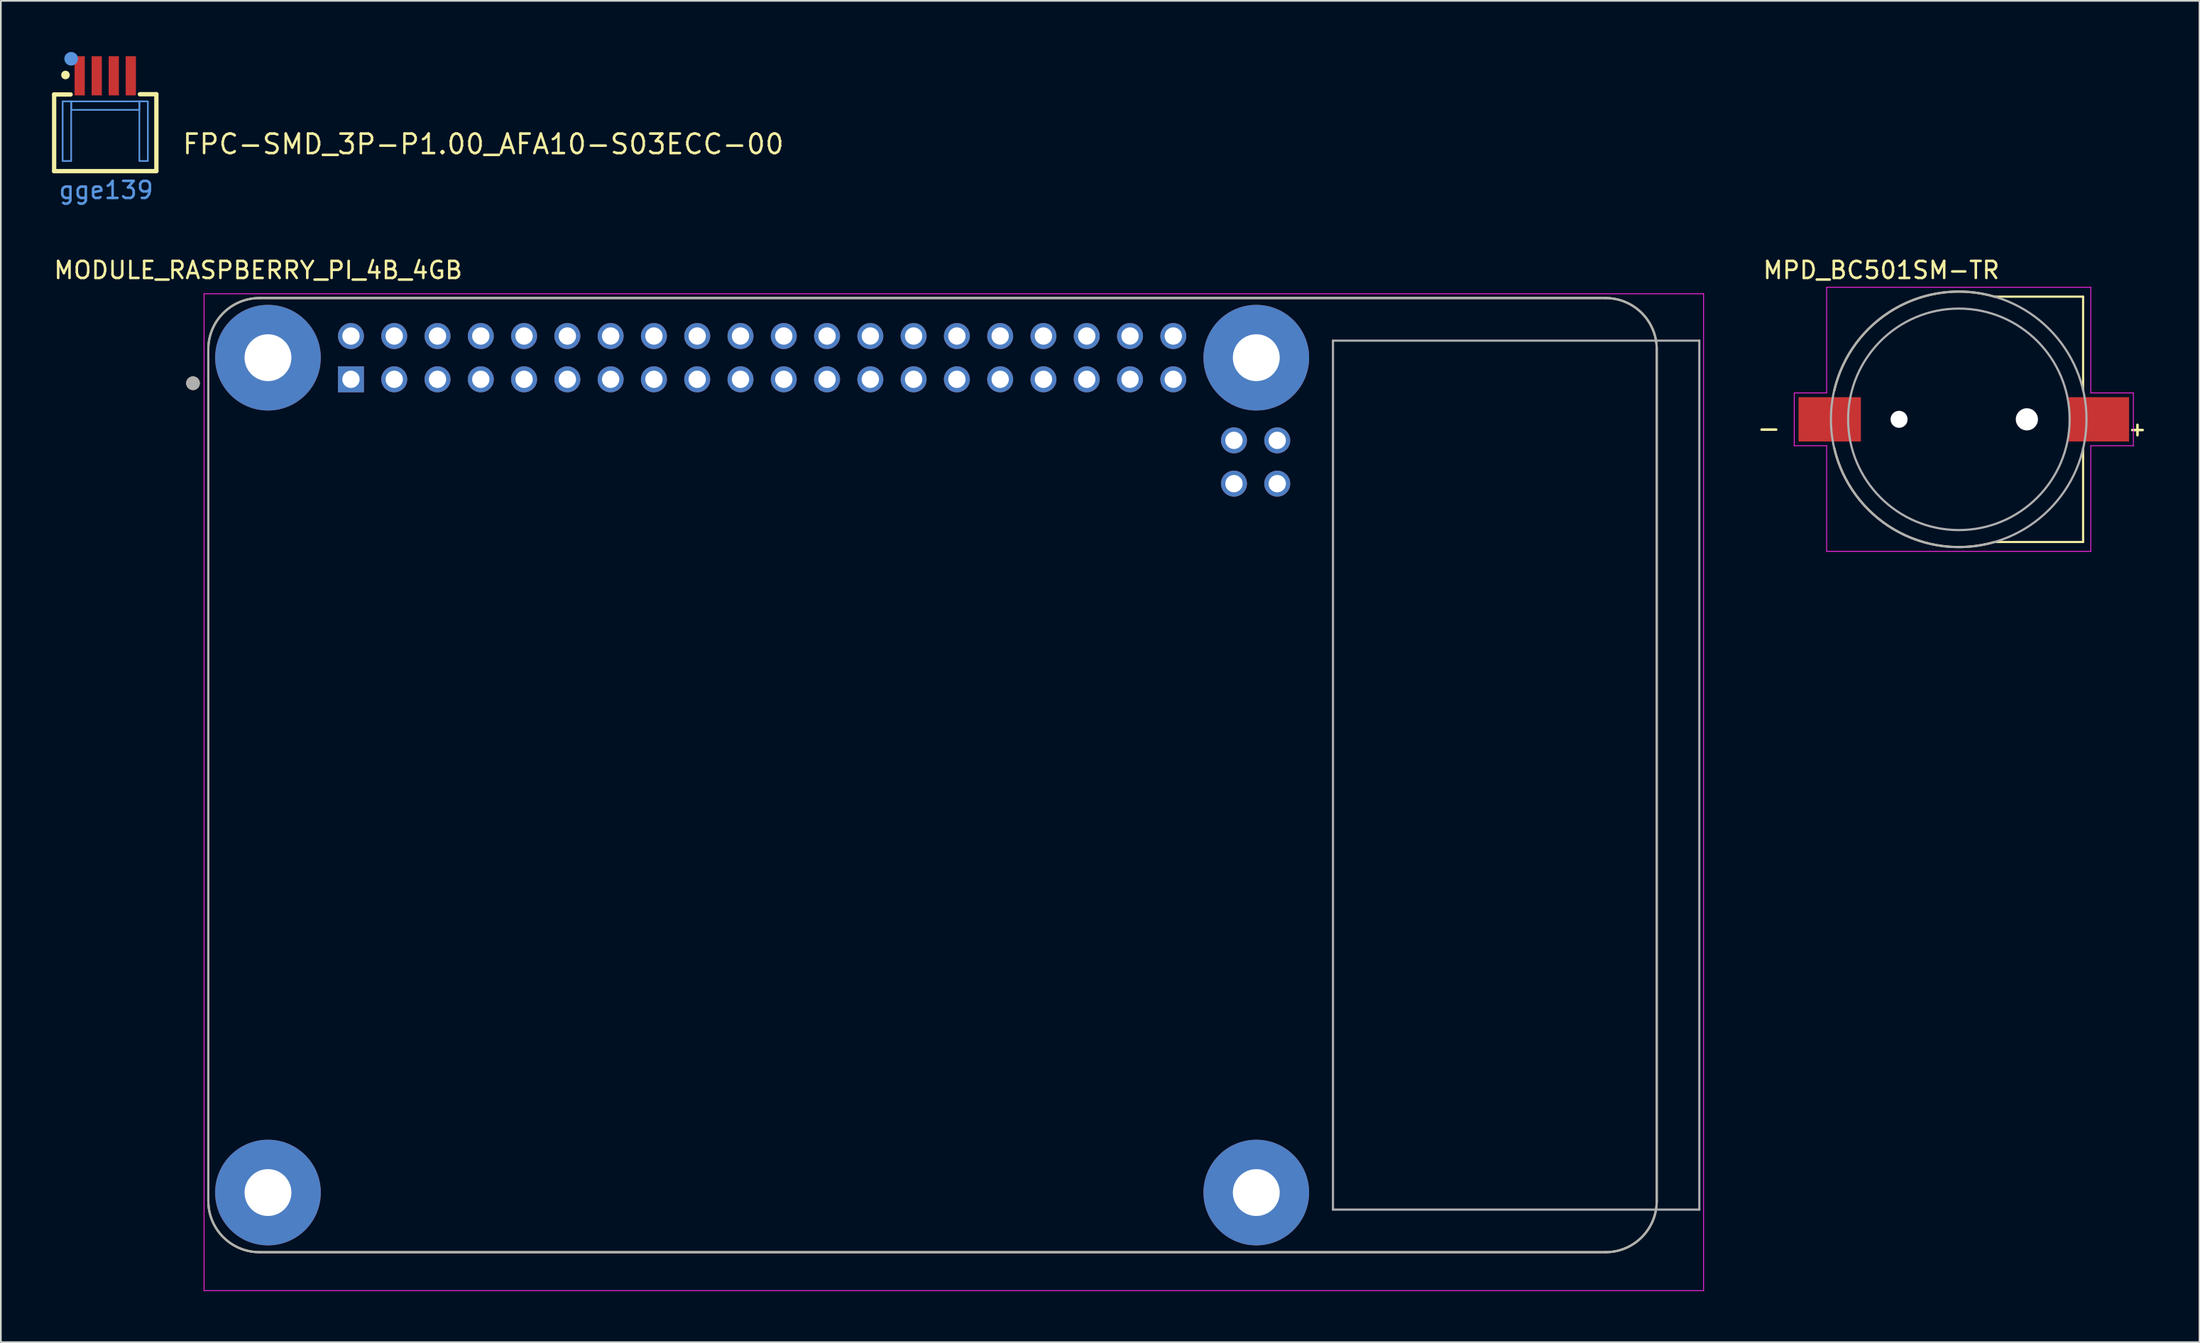
<source format=kicad_pcb>
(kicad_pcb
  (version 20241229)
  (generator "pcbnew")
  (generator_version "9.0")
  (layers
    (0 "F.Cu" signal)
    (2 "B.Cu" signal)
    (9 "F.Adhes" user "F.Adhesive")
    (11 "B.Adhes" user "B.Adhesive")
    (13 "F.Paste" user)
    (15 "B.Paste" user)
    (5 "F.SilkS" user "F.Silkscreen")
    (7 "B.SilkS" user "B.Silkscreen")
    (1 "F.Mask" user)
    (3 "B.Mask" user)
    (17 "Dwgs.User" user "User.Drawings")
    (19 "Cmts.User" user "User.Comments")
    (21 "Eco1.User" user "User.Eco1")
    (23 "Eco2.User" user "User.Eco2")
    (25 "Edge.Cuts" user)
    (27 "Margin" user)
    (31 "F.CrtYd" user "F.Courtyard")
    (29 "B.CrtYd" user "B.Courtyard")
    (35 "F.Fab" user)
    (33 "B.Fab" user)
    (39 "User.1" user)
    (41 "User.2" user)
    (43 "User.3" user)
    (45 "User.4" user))
  (footprint "MODULE_RASPBERRY_PI_4B_4GB"
    (layer "F.Cu")
    (at 51.676 42.443)
    (property "Reference" "MODULE_RASPBERRY_PI_4B_4GB" (at -39.575 -29.635 0) (layer "F.SilkS") (effects (font (size 1 1) (thickness 0.15))))
    (attr through_hole)
    (fp_line (start -42.5 -25) (end -42.5 25) (stroke (width 0.127) (type solid)) (layer "F.SilkS"))
    (fp_line (start -39.5 28) (end 39.5 28) (stroke (width 0.127) (type solid)) (layer "F.SilkS"))
    (fp_line (start 39.5 -28) (end -39.5 -28) (stroke (width 0.127) (type solid)) (layer "F.SilkS"))
    (fp_line (start 42.5 25) (end 42.5 -25) (stroke (width 0.127) (type solid)) (layer "F.SilkS"))
    (fp_arc (start -42.5 -25) (mid -41.62132 -27.12132) (end -39.5 -28) (stroke (width 0.127) (type solid)) (layer "F.SilkS"))
    (fp_arc (start -39.5 28) (mid -41.62132 27.12132) (end -42.5 25) (stroke (width 0.127) (type solid)) (layer "F.SilkS"))
    (fp_arc (start 39.5 -28) (mid 41.62132 -27.12132) (end 42.5 -25) (stroke (width 0.127) (type solid)) (layer "F.SilkS"))
    (fp_arc (start 42.5 25) (mid 41.62132 27.12132) (end 39.5 28) (stroke (width 0.127) (type solid)) (layer "F.SilkS"))
    (fp_circle (center -43.4 -23) (end -43.2 -23) (stroke (width 0.4) (type solid)) (fill no) (layer "F.SilkS"))
    (fp_line (start -42.75 -28.25) (end 45.25 -28.25) (stroke (width 0.05) (type solid)) (layer "F.CrtYd"))
    (fp_line (start -42.75 30.255) (end -42.75 -28.25) (stroke (width 0.05) (type solid)) (layer "F.CrtYd"))
    (fp_line (start 45.25 -28.25) (end 45.25 30.255) (stroke (width 0.05) (type solid)) (layer "F.CrtYd"))
    (fp_line (start 45.25 30.255) (end -42.75 30.255) (stroke (width 0.05) (type solid)) (layer "F.CrtYd"))
    (fp_line (start -42.5 -25) (end -42.5 25) (stroke (width 0.127) (type solid)) (layer "F.Fab"))
    (fp_line (start -39.5 28) (end 39.5 28) (stroke (width 0.127) (type solid)) (layer "F.Fab"))
    (fp_line (start 23.5 -25.5) (end 23.5 25.5) (stroke (width 0.127) (type solid)) (layer "F.Fab"))
    (fp_line (start 23.5 25.5) (end 45 25.5) (stroke (width 0.127) (type solid)) (layer "F.Fab"))
    (fp_line (start 39.5 -28) (end -39.5 -28) (stroke (width 0.127) (type solid)) (layer "F.Fab"))
    (fp_line (start 42.5 25) (end 42.5 -25) (stroke (width 0.127) (type solid)) (layer "F.Fab"))
    (fp_line (start 45 -25.5) (end 23.5 -25.5) (stroke (width 0.127) (type solid)) (layer "F.Fab"))
    (fp_line (start 45 25.5) (end 45 -25.5) (stroke (width 0.127) (type solid)) (layer "F.Fab"))
    (fp_arc (start -42.5 -25) (mid -41.62132 -27.12132) (end -39.5 -28) (stroke (width 0.127) (type solid)) (layer "F.Fab"))
    (fp_arc (start -39.5 28) (mid -41.62132 27.12132) (end -42.5 25) (stroke (width 0.127) (type solid)) (layer "F.Fab"))
    (fp_arc (start 39.5 -28) (mid 41.62132 -27.12132) (end 42.5 -25) (stroke (width 0.127) (type solid)) (layer "F.Fab"))
    (fp_arc (start 42.5 25) (mid 41.62132 27.12132) (end 39.5 28) (stroke (width 0.127) (type solid)) (layer "F.Fab"))
    (fp_circle (center -43.4 -23) (end -43.2 -23) (stroke (width 0.4) (type solid)) (fill no) (layer "F.Fab"))
    (pad "1" thru_hole rect (at -34.13 -23.23) (size 1.524 1.524) (drill 1.016) (layers "*.Cu" "*.Mask"))
    (pad "2" thru_hole circle (at -34.13 -25.77) (size 1.524 1.524) (drill 1.016) (layers "*.Cu" "*.Mask"))
    (pad "3" thru_hole circle (at -31.59 -23.23) (size 1.524 1.524) (drill 1.016) (layers "*.Cu" "*.Mask"))
    (pad "4" thru_hole circle (at -31.59 -25.77) (size 1.524 1.524) (drill 1.016) (layers "*.Cu" "*.Mask"))
    (pad "5" thru_hole circle (at -29.05 -23.23) (size 1.524 1.524) (drill 1.016) (layers "*.Cu" "*.Mask"))
    (pad "6" thru_hole circle (at -29.05 -25.77) (size 1.524 1.524) (drill 1.016) (layers "*.Cu" "*.Mask"))
    (pad "7" thru_hole circle (at -26.51 -23.23) (size 1.524 1.524) (drill 1.016) (layers "*.Cu" "*.Mask"))
    (pad "8" thru_hole circle (at -26.51 -25.77) (size 1.524 1.524) (drill 1.016) (layers "*.Cu" "*.Mask"))
    (pad "9" thru_hole circle (at -23.97 -23.23) (size 1.524 1.524) (drill 1.016) (layers "*.Cu" "*.Mask"))
    (pad "10" thru_hole circle (at -23.97 -25.77) (size 1.524 1.524) (drill 1.016) (layers "*.Cu" "*.Mask"))
    (pad "11" thru_hole circle (at -21.43 -23.23) (size 1.524 1.524) (drill 1.016) (layers "*.Cu" "*.Mask"))
    (pad "12" thru_hole circle (at -21.43 -25.77) (size 1.524 1.524) (drill 1.016) (layers "*.Cu" "*.Mask"))
    (pad "13" thru_hole circle (at -18.89 -23.23) (size 1.524 1.524) (drill 1.016) (layers "*.Cu" "*.Mask"))
    (pad "14" thru_hole circle (at -18.89 -25.77) (size 1.524 1.524) (drill 1.016) (layers "*.Cu" "*.Mask"))
    (pad "15" thru_hole circle (at -16.35 -23.23) (size 1.524 1.524) (drill 1.016) (layers "*.Cu" "*.Mask"))
    (pad "16" thru_hole circle (at -16.35 -25.77) (size 1.524 1.524) (drill 1.016) (layers "*.Cu" "*.Mask"))
    (pad "17" thru_hole circle (at -13.81 -23.23) (size 1.524 1.524) (drill 1.016) (layers "*.Cu" "*.Mask"))
    (pad "18" thru_hole circle (at -13.81 -25.77) (size 1.524 1.524) (drill 1.016) (layers "*.Cu" "*.Mask"))
    (pad "19" thru_hole circle (at -11.27 -23.23) (size 1.524 1.524) (drill 1.016) (layers "*.Cu" "*.Mask"))
    (pad "20" thru_hole circle (at -11.27 -25.77) (size 1.524 1.524) (drill 1.016) (layers "*.Cu" "*.Mask"))
    (pad "21" thru_hole circle (at -8.73 -23.23) (size 1.524 1.524) (drill 1.016) (layers "*.Cu" "*.Mask"))
    (pad "22" thru_hole circle (at -8.73 -25.77) (size 1.524 1.524) (drill 1.016) (layers "*.Cu" "*.Mask"))
    (pad "23" thru_hole circle (at -6.19 -23.23) (size 1.524 1.524) (drill 1.016) (layers "*.Cu" "*.Mask"))
    (pad "24" thru_hole circle (at -6.19 -25.77) (size 1.524 1.524) (drill 1.016) (layers "*.Cu" "*.Mask"))
    (pad "25" thru_hole circle (at -3.65 -23.23) (size 1.524 1.524) (drill 1.016) (layers "*.Cu" "*.Mask"))
    (pad "26" thru_hole circle (at -3.65 -25.77) (size 1.524 1.524) (drill 1.016) (layers "*.Cu" "*.Mask"))
    (pad "27" thru_hole circle (at -1.11 -23.23) (size 1.524 1.524) (drill 1.016) (layers "*.Cu" "*.Mask"))
    (pad "28" thru_hole circle (at -1.11 -25.77) (size 1.524 1.524) (drill 1.016) (layers "*.Cu" "*.Mask"))
    (pad "29" thru_hole circle (at 1.43 -23.23) (size 1.524 1.524) (drill 1.016) (layers "*.Cu" "*.Mask"))
    (pad "30" thru_hole circle (at 1.43 -25.77) (size 1.524 1.524) (drill 1.016) (layers "*.Cu" "*.Mask"))
    (pad "31" thru_hole circle (at 3.97 -23.23) (size 1.524 1.524) (drill 1.016) (layers "*.Cu" "*.Mask"))
    (pad "32" thru_hole circle (at 3.97 -25.77) (size 1.524 1.524) (drill 1.016) (layers "*.Cu" "*.Mask"))
    (pad "33" thru_hole circle (at 6.51 -23.23) (size 1.524 1.524) (drill 1.016) (layers "*.Cu" "*.Mask"))
    (pad "34" thru_hole circle (at 6.51 -25.77) (size 1.524 1.524) (drill 1.016) (layers "*.Cu" "*.Mask"))
    (pad "35" thru_hole circle (at 9.05 -23.23) (size 1.524 1.524) (drill 1.016) (layers "*.Cu" "*.Mask"))
    (pad "36" thru_hole circle (at 9.05 -25.77) (size 1.524 1.524) (drill 1.016) (layers "*.Cu" "*.Mask"))
    (pad "37" thru_hole circle (at 11.59 -23.23) (size 1.524 1.524) (drill 1.016) (layers "*.Cu" "*.Mask"))
    (pad "38" thru_hole circle (at 11.59 -25.77) (size 1.524 1.524) (drill 1.016) (layers "*.Cu" "*.Mask"))
    (pad "39" thru_hole circle (at 14.13 -23.23) (size 1.524 1.524) (drill 1.016) (layers "*.Cu" "*.Mask"))
    (pad "40" thru_hole circle (at 14.13 -25.77) (size 1.524 1.524) (drill 1.016) (layers "*.Cu" "*.Mask"))
    (pad "41" thru_hole circle (at 20.23 -17.107) (size 1.524 1.524) (drill 1.016) (layers "*.Cu" "*.Mask"))
    (pad "42" thru_hole circle (at 20.23 -19.647) (size 1.524 1.524) (drill 1.016) (layers "*.Cu" "*.Mask"))
    (pad "43" thru_hole circle (at 17.69 -17.107) (size 1.524 1.524) (drill 1.016) (layers "*.Cu" "*.Mask"))
    (pad "44" thru_hole circle (at 17.69 -19.647) (size 1.524 1.524) (drill 1.016) (layers "*.Cu" "*.Mask"))
    (pad "S1" thru_hole circle (at -39 -24.5) (size 6.2 6.2) (drill 2.75) (layers "*.Cu" "*.Mask"))
    (pad "S2" thru_hole circle (at 19 -24.5) (size 6.2 6.2) (drill 2.75) (layers "*.Cu" "*.Mask"))
    (pad "S3" thru_hole circle (at 19 24.5) (size 6.2 6.2) (drill 2.75) (layers "*.Cu" "*.Mask"))
    (pad "S4" thru_hole circle (at -39 24.5) (size 6.2 6.2) (drill 2.75) (layers "*.Cu" "*.Mask")))
  (footprint "FPC-SMD_3P-P1.00_AFA10-S03ECC-00"
    (layer "F.Cu")
    (at 3.127 1.4)
    (property "Reference" "FPC-SMD_3P-P1.00_AFA10-S03ECC-00" (at 4.45 4.011 0) (layer "F.SilkS") (effects (font (size 1.143 1.143) (thickness 0.152)) (justify left)))
    (attr smd)
    (fp_line (start -3 1.095) (end -2.031 1.095) (stroke (width 0.254) (type solid)) (layer "F.SilkS"))
    (fp_line (start -3 5.595) (end -3 1.095) (stroke (width 0.254) (type solid)) (layer "F.SilkS"))
    (fp_line (start 2.031 1.08) (end 3 1.08) (stroke (width 0.254) (type solid)) (layer "F.SilkS"))
    (fp_line (start 3 1.08) (end 3 5.58) (stroke (width 0.254) (type solid)) (layer "F.SilkS"))
    (fp_line (start 3 5.595) (end -3 5.595) (stroke (width 0.254) (type solid)) (layer "F.SilkS"))
    (fp_circle (center -2.335 -0.048) (end -2.208 -0.048) (stroke (width 0.254) (type solid)) (fill no) (layer "F.SilkS"))
    (fp_circle (center -2 -1) (end -1.8 -1) (stroke (width 0.4) (type solid)) (fill no) (layer "Cmts.User"))
    (fp_poly (pts (xy -2.5 5) (xy -2.5 1.5) (xy -2 1.5) (xy -2 5)) (stroke (width 0.1) (type solid)) (fill no) (layer "Cmts.User"))
    (fp_poly (pts (xy -2 1.5) (xy 2 1.5) (xy 2 2) (xy -2 2)) (stroke (width 0.1) (type solid)) (fill no) (layer "Cmts.User"))
    (fp_poly (pts (xy 2.5 5) (xy 2.5 1.5) (xy 2 1.5) (xy 2 5)) (stroke (width 0.1) (type solid)) (fill no) (layer "Cmts.User"))
    (fp_text user "gge139" (at 0.05 6.711 0) (layer "Cmts.User") (effects (font (size 1 1) (thickness 0.15))))
    (pad "1" smd rect (at -1.5 0) (size 0.6 2.3) (layers "F.Cu" "F.Mask" "F.Paste"))
    (pad "2" smd rect (at -0.5 0) (size 0.6 2.3) (layers "F.Cu" "F.Mask" "F.Paste"))
    (pad "3" smd rect (at 0.5 0) (size 0.6 2.3) (layers "F.Cu" "F.Mask" "F.Paste"))
    (pad "4" smd rect (at 1.5 0) (size 0.6 2.3) (layers "F.Cu" "F.Mask" "F.Paste")))
  (footprint "MPD_BC501SM-TR"
    (layer "F.Cu")
    (at 111.898 21.561)
    (property "Reference" "MPD_BC501SM-TR" (at -4.544 -8.754 0) (layer "F.SilkS") (effects (font (size 1 1) (thickness 0.15))))
    (attr smd)
    (fp_line (start 2.1 -7.2) (end 7.3 -7.2) (stroke (width 0.127) (type solid)) (layer "F.SilkS"))
    (fp_line (start 2.1 7.2) (end 7.3 7.2) (stroke (width 0.127) (type solid)) (layer "F.SilkS"))
    (fp_line (start 7.3 -1.7) (end 7.3 -7.2) (stroke (width 0.127) (type solid)) (layer "F.SilkS"))
    (fp_line (start 7.3 1.7) (end 7.3 7.2) (stroke (width 0.127) (type solid)) (layer "F.SilkS"))
    (fp_arc (start -7.299999 -1.7) (mid -3.781493 -6.469279) (end 2.1 -7.2) (stroke (width 0.127) (type solid)) (layer "F.SilkS"))
    (fp_arc (start 2.1 7.200001) (mid -3.781493 6.46928) (end -7.3 1.7) (stroke (width 0.127) (type solid)) (layer "F.SilkS"))
    (fp_line (start -9.65 -1.55) (end -7.75 -1.55) (stroke (width 0.05) (type solid)) (layer "F.CrtYd"))
    (fp_line (start -9.65 1.55) (end -9.65 -1.55) (stroke (width 0.05) (type solid)) (layer "F.CrtYd"))
    (fp_line (start -7.75 -7.75) (end 7.75 -7.75) (stroke (width 0.05) (type solid)) (layer "F.CrtYd"))
    (fp_line (start -7.75 -1.55) (end -7.75 -7.75) (stroke (width 0.05) (type solid)) (layer "F.CrtYd"))
    (fp_line (start -7.75 1.55) (end -9.65 1.55) (stroke (width 0.05) (type solid)) (layer "F.CrtYd"))
    (fp_line (start -7.75 7.75) (end -7.75 1.55) (stroke (width 0.05) (type solid)) (layer "F.CrtYd"))
    (fp_line (start 7.75 -7.75) (end 7.75 -1.55) (stroke (width 0.05) (type solid)) (layer "F.CrtYd"))
    (fp_line (start 7.75 -1.55) (end 10.25 -1.55) (stroke (width 0.05) (type solid)) (layer "F.CrtYd"))
    (fp_line (start 7.75 1.55) (end 7.75 7.75) (stroke (width 0.05) (type solid)) (layer "F.CrtYd"))
    (fp_line (start 7.75 7.75) (end -7.75 7.75) (stroke (width 0.05) (type solid)) (layer "F.CrtYd"))
    (fp_line (start 10.25 -1.55) (end 10.25 1.55) (stroke (width 0.05) (type solid)) (layer "F.CrtYd"))
    (fp_line (start 10.25 1.55) (end 7.75 1.55) (stroke (width 0.05) (type solid)) (layer "F.CrtYd"))
    (fp_circle (center 0 0) (end 7.5 0) (stroke (width 0.127) (type solid)) (fill no) (layer "F.Fab"))
    (fp_circle (center 0.01 0) (end 6.51 0) (stroke (width 0.127) (type solid)) (fill no) (layer "F.Fab"))
    (fp_text user "+" (at 10.49 0.57 0) (layer "F.SilkS") (effects (font (size 0.8 0.8) (thickness 0.15))))
    (fp_text user "-" (at -11.14 0.52 0) (layer "F.SilkS") (effects (font (size 1.12 1.12) (thickness 0.15))))
    (pad "" np_thru_hole circle (at -3.5 0) (size 1 1) (drill 1) (layers "*.Cu" "*.Mask"))
    (pad "" np_thru_hole circle (at 4 0) (size 1.3 1.3) (drill 1.3) (layers "*.Cu" "*.Mask"))
    (pad "+" smd rect (at 8.23 0) (size 3.54 2.6) (layers "F.Cu" "F.Mask" "F.Paste"))
    (pad "-" smd rect (at -7.57 0) (size 3.66 2.6) (layers "F.Cu" "F.Mask" "F.Paste")))
  (gr_rect
    (start -3 -3)
    (end 126.028 75.722)
    (stroke (width 0.1) (type default))
    (fill no)
    (layer "Edge.Cuts")))
</source>
